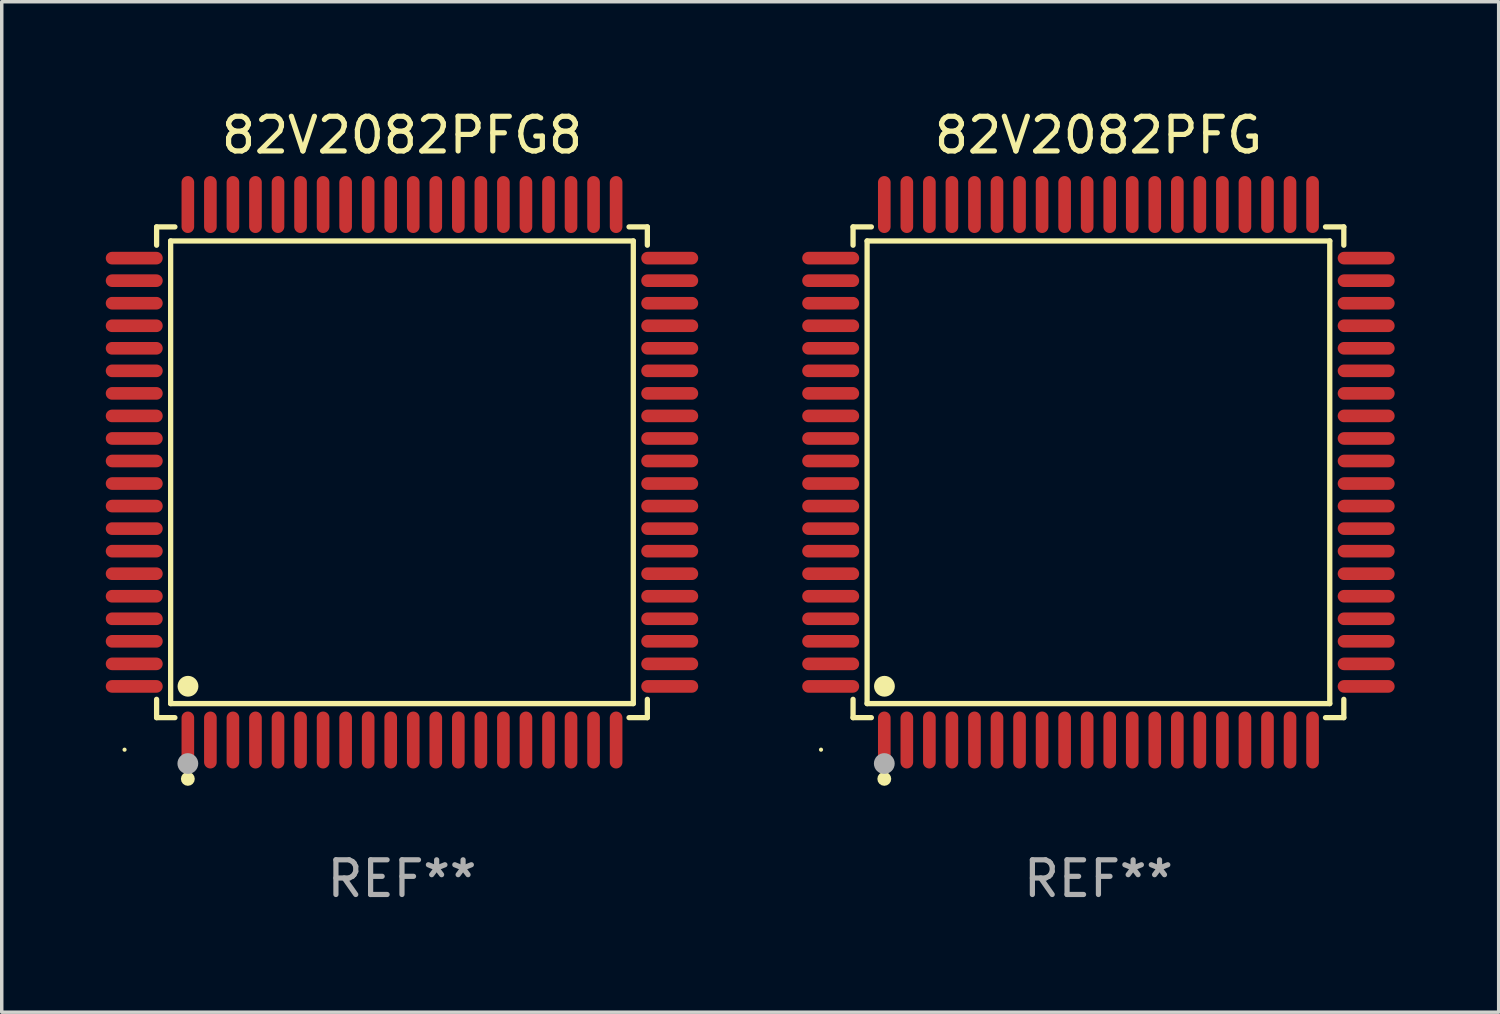
<source format=kicad_pcb>
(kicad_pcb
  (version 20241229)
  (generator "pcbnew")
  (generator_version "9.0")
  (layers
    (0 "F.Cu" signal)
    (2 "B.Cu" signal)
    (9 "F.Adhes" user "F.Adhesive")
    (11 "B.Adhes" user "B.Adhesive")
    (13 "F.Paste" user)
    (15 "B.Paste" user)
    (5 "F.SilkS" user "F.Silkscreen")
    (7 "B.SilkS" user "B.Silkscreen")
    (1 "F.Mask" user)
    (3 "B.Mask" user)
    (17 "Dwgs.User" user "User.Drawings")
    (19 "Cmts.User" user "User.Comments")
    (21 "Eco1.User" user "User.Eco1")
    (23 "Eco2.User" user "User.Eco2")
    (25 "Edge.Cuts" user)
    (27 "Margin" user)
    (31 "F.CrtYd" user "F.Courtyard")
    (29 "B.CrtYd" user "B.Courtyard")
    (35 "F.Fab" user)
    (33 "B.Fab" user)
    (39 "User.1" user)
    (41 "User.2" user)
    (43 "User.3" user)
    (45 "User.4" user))
  (footprint "82V2082PFG"
    (layer "F.Cu")
    (at 28.626 10.569)
    (property "Reference" "82V2082PFG" (at 0 -9.721 0) (layer "F.SilkS") (effects (font (size 1 1) (thickness 0.15))))
    (attr through_hole)
    (fp_line (start -7.076 -7.076) (end -6.548 -7.076) (stroke (width 0.152) (type solid)) (layer "F.SilkS"))
    (fp_line (start -7.076 -6.548) (end -7.076 -7.076) (stroke (width 0.152) (type solid)) (layer "F.SilkS"))
    (fp_line (start -7.076 6.548) (end -7.076 7.076) (stroke (width 0.152) (type solid)) (layer "F.SilkS"))
    (fp_line (start -7.076 7.076) (end -6.548 7.076) (stroke (width 0.152) (type solid)) (layer "F.SilkS"))
    (fp_line (start -6.671 -6.671) (end 6.671 -6.671) (stroke (width 0.152) (type solid)) (layer "F.SilkS"))
    (fp_line (start -6.671 6.671) (end -6.671 -6.671) (stroke (width 0.152) (type solid)) (layer "F.SilkS"))
    (fp_line (start 6.671 -6.671) (end 6.671 6.671) (stroke (width 0.152) (type solid)) (layer "F.SilkS"))
    (fp_line (start 6.671 6.671) (end -6.671 6.671) (stroke (width 0.152) (type solid)) (layer "F.SilkS"))
    (fp_line (start 7.076 -7.076) (end 6.548 -7.076) (stroke (width 0.152) (type solid)) (layer "F.SilkS"))
    (fp_line (start 7.076 -6.548) (end 7.076 -7.076) (stroke (width 0.152) (type solid)) (layer "F.SilkS"))
    (fp_line (start 7.076 6.548) (end 7.076 7.076) (stroke (width 0.152) (type solid)) (layer "F.SilkS"))
    (fp_line (start 7.076 7.076) (end 6.548 7.076) (stroke (width 0.152) (type solid)) (layer "F.SilkS"))
    (fp_circle (center -8 8) (end -7.97 8) (stroke (width 0.06) (type solid)) (fill no) (layer "F.SilkS"))
    (fp_circle (center -6.175 8.842) (end -6.075 8.842) (stroke (width 0.2) (type solid)) (fill no) (layer "F.SilkS"))
    (fp_circle (center -6.171 6.171) (end -6.021 6.171) (stroke (width 0.3) (type solid)) (fill no) (layer "F.SilkS"))
    (fp_circle (center -6.175 8.4) (end -6.025 8.4) (stroke (width 0.3) (type solid)) (fill no) (layer "F.Fab"))
    (fp_text user "REF**" (at 0 11.721 0) (layer "F.Fab") (effects (font (size 1 1) (thickness 0.15))))
    (pad "1" smd oval (at -6.175 7.721) (size 0.364 1.642) (layers "F.Cu" "F.Mask" "F.Paste"))
    (pad "2" smd oval (at -5.525 7.721) (size 0.364 1.642) (layers "F.Cu" "F.Mask" "F.Paste"))
    (pad "3" smd oval (at -4.875 7.721) (size 0.364 1.642) (layers "F.Cu" "F.Mask" "F.Paste"))
    (pad "4" smd oval (at -4.225 7.721) (size 0.364 1.642) (layers "F.Cu" "F.Mask" "F.Paste"))
    (pad "5" smd oval (at -3.575 7.721) (size 0.364 1.642) (layers "F.Cu" "F.Mask" "F.Paste"))
    (pad "6" smd oval (at -2.925 7.721) (size 0.364 1.642) (layers "F.Cu" "F.Mask" "F.Paste"))
    (pad "7" smd oval (at -2.275 7.721) (size 0.364 1.642) (layers "F.Cu" "F.Mask" "F.Paste"))
    (pad "8" smd oval (at -1.625 7.721) (size 0.364 1.642) (layers "F.Cu" "F.Mask" "F.Paste"))
    (pad "9" smd oval (at -0.975 7.721) (size 0.364 1.642) (layers "F.Cu" "F.Mask" "F.Paste"))
    (pad "10" smd oval (at -0.325 7.721) (size 0.364 1.642) (layers "F.Cu" "F.Mask" "F.Paste"))
    (pad "11" smd oval (at 0.325 7.721) (size 0.364 1.642) (layers "F.Cu" "F.Mask" "F.Paste"))
    (pad "12" smd oval (at 0.975 7.721) (size 0.364 1.642) (layers "F.Cu" "F.Mask" "F.Paste"))
    (pad "13" smd oval (at 1.625 7.721) (size 0.364 1.642) (layers "F.Cu" "F.Mask" "F.Paste"))
    (pad "14" smd oval (at 2.275 7.721) (size 0.364 1.642) (layers "F.Cu" "F.Mask" "F.Paste"))
    (pad "15" smd oval (at 2.925 7.721) (size 0.364 1.642) (layers "F.Cu" "F.Mask" "F.Paste"))
    (pad "16" smd oval (at 3.575 7.721) (size 0.364 1.642) (layers "F.Cu" "F.Mask" "F.Paste"))
    (pad "17" smd oval (at 4.225 7.721) (size 0.364 1.642) (layers "F.Cu" "F.Mask" "F.Paste"))
    (pad "18" smd oval (at 4.875 7.721) (size 0.364 1.642) (layers "F.Cu" "F.Mask" "F.Paste"))
    (pad "19" smd oval (at 5.525 7.721) (size 0.364 1.642) (layers "F.Cu" "F.Mask" "F.Paste"))
    (pad "20" smd oval (at 6.175 7.721) (size 0.364 1.642) (layers "F.Cu" "F.Mask" "F.Paste"))
    (pad "21" smd oval (at 7.721 6.175) (size 1.642 0.364) (layers "F.Cu" "F.Mask" "F.Paste"))
    (pad "22" smd oval (at 7.721 5.525) (size 1.642 0.364) (layers "F.Cu" "F.Mask" "F.Paste"))
    (pad "23" smd oval (at 7.721 4.875) (size 1.642 0.364) (layers "F.Cu" "F.Mask" "F.Paste"))
    (pad "24" smd oval (at 7.721 4.225) (size 1.642 0.364) (layers "F.Cu" "F.Mask" "F.Paste"))
    (pad "25" smd oval (at 7.721 3.575) (size 1.642 0.364) (layers "F.Cu" "F.Mask" "F.Paste"))
    (pad "26" smd oval (at 7.721 2.925) (size 1.642 0.364) (layers "F.Cu" "F.Mask" "F.Paste"))
    (pad "27" smd oval (at 7.721 2.275) (size 1.642 0.364) (layers "F.Cu" "F.Mask" "F.Paste"))
    (pad "28" smd oval (at 7.721 1.625) (size 1.642 0.364) (layers "F.Cu" "F.Mask" "F.Paste"))
    (pad "29" smd oval (at 7.721 0.975) (size 1.642 0.364) (layers "F.Cu" "F.Mask" "F.Paste"))
    (pad "30" smd oval (at 7.721 0.325) (size 1.642 0.364) (layers "F.Cu" "F.Mask" "F.Paste"))
    (pad "31" smd oval (at 7.721 -0.325) (size 1.642 0.364) (layers "F.Cu" "F.Mask" "F.Paste"))
    (pad "32" smd oval (at 7.721 -0.975) (size 1.642 0.364) (layers "F.Cu" "F.Mask" "F.Paste"))
    (pad "33" smd oval (at 7.721 -1.625) (size 1.642 0.364) (layers "F.Cu" "F.Mask" "F.Paste"))
    (pad "34" smd oval (at 7.721 -2.275) (size 1.642 0.364) (layers "F.Cu" "F.Mask" "F.Paste"))
    (pad "35" smd oval (at 7.721 -2.925) (size 1.642 0.364) (layers "F.Cu" "F.Mask" "F.Paste"))
    (pad "36" smd oval (at 7.721 -3.575) (size 1.642 0.364) (layers "F.Cu" "F.Mask" "F.Paste"))
    (pad "37" smd oval (at 7.721 -4.225) (size 1.642 0.364) (layers "F.Cu" "F.Mask" "F.Paste"))
    (pad "38" smd oval (at 7.721 -4.875) (size 1.642 0.364) (layers "F.Cu" "F.Mask" "F.Paste"))
    (pad "39" smd oval (at 7.721 -5.525) (size 1.642 0.364) (layers "F.Cu" "F.Mask" "F.Paste"))
    (pad "40" smd oval (at 7.721 -6.175) (size 1.642 0.364) (layers "F.Cu" "F.Mask" "F.Paste"))
    (pad "41" smd oval (at 6.175 -7.721) (size 0.364 1.642) (layers "F.Cu" "F.Mask" "F.Paste"))
    (pad "42" smd oval (at 5.525 -7.721) (size 0.364 1.642) (layers "F.Cu" "F.Mask" "F.Paste"))
    (pad "43" smd oval (at 4.875 -7.721) (size 0.364 1.642) (layers "F.Cu" "F.Mask" "F.Paste"))
    (pad "44" smd oval (at 4.225 -7.721) (size 0.364 1.642) (layers "F.Cu" "F.Mask" "F.Paste"))
    (pad "45" smd oval (at 3.575 -7.721) (size 0.364 1.642) (layers "F.Cu" "F.Mask" "F.Paste"))
    (pad "46" smd oval (at 2.925 -7.721) (size 0.364 1.642) (layers "F.Cu" "F.Mask" "F.Paste"))
    (pad "47" smd oval (at 2.275 -7.721) (size 0.364 1.642) (layers "F.Cu" "F.Mask" "F.Paste"))
    (pad "48" smd oval (at 1.625 -7.721) (size 0.364 1.642) (layers "F.Cu" "F.Mask" "F.Paste"))
    (pad "49" smd oval (at 0.975 -7.721) (size 0.364 1.642) (layers "F.Cu" "F.Mask" "F.Paste"))
    (pad "50" smd oval (at 0.325 -7.721) (size 0.364 1.642) (layers "F.Cu" "F.Mask" "F.Paste"))
    (pad "51" smd oval (at -0.325 -7.721) (size 0.364 1.642) (layers "F.Cu" "F.Mask" "F.Paste"))
    (pad "52" smd oval (at -0.975 -7.721) (size 0.364 1.642) (layers "F.Cu" "F.Mask" "F.Paste"))
    (pad "53" smd oval (at -1.625 -7.721) (size 0.364 1.642) (layers "F.Cu" "F.Mask" "F.Paste"))
    (pad "54" smd oval (at -2.275 -7.721) (size 0.364 1.642) (layers "F.Cu" "F.Mask" "F.Paste"))
    (pad "55" smd oval (at -2.925 -7.721) (size 0.364 1.642) (layers "F.Cu" "F.Mask" "F.Paste"))
    (pad "56" smd oval (at -3.575 -7.721) (size 0.364 1.642) (layers "F.Cu" "F.Mask" "F.Paste"))
    (pad "57" smd oval (at -4.225 -7.721) (size 0.364 1.642) (layers "F.Cu" "F.Mask" "F.Paste"))
    (pad "58" smd oval (at -4.875 -7.721) (size 0.364 1.642) (layers "F.Cu" "F.Mask" "F.Paste"))
    (pad "59" smd oval (at -5.525 -7.721) (size 0.364 1.642) (layers "F.Cu" "F.Mask" "F.Paste"))
    (pad "60" smd oval (at -6.175 -7.721) (size 0.364 1.642) (layers "F.Cu" "F.Mask" "F.Paste"))
    (pad "61" smd oval (at -7.721 -6.175) (size 1.642 0.364) (layers "F.Cu" "F.Mask" "F.Paste"))
    (pad "62" smd oval (at -7.721 -5.525) (size 1.642 0.364) (layers "F.Cu" "F.Mask" "F.Paste"))
    (pad "63" smd oval (at -7.721 -4.875) (size 1.642 0.364) (layers "F.Cu" "F.Mask" "F.Paste"))
    (pad "64" smd oval (at -7.721 -4.225) (size 1.642 0.364) (layers "F.Cu" "F.Mask" "F.Paste"))
    (pad "65" smd oval (at -7.721 -3.575) (size 1.642 0.364) (layers "F.Cu" "F.Mask" "F.Paste"))
    (pad "66" smd oval (at -7.721 -2.925) (size 1.642 0.364) (layers "F.Cu" "F.Mask" "F.Paste"))
    (pad "67" smd oval (at -7.721 -2.275) (size 1.642 0.364) (layers "F.Cu" "F.Mask" "F.Paste"))
    (pad "68" smd oval (at -7.721 -1.625) (size 1.642 0.364) (layers "F.Cu" "F.Mask" "F.Paste"))
    (pad "69" smd oval (at -7.721 -0.975) (size 1.642 0.364) (layers "F.Cu" "F.Mask" "F.Paste"))
    (pad "70" smd oval (at -7.721 -0.325) (size 1.642 0.364) (layers "F.Cu" "F.Mask" "F.Paste"))
    (pad "71" smd oval (at -7.721 0.325) (size 1.642 0.364) (layers "F.Cu" "F.Mask" "F.Paste"))
    (pad "72" smd oval (at -7.721 0.975) (size 1.642 0.364) (layers "F.Cu" "F.Mask" "F.Paste"))
    (pad "73" smd oval (at -7.721 1.625) (size 1.642 0.364) (layers "F.Cu" "F.Mask" "F.Paste"))
    (pad "74" smd oval (at -7.721 2.275) (size 1.642 0.364) (layers "F.Cu" "F.Mask" "F.Paste"))
    (pad "75" smd oval (at -7.721 2.925) (size 1.642 0.364) (layers "F.Cu" "F.Mask" "F.Paste"))
    (pad "76" smd oval (at -7.721 3.575) (size 1.642 0.364) (layers "F.Cu" "F.Mask" "F.Paste"))
    (pad "77" smd oval (at -7.721 4.225) (size 1.642 0.364) (layers "F.Cu" "F.Mask" "F.Paste"))
    (pad "78" smd oval (at -7.721 4.875) (size 1.642 0.364) (layers "F.Cu" "F.Mask" "F.Paste"))
    (pad "79" smd oval (at -7.721 5.525) (size 1.642 0.364) (layers "F.Cu" "F.Mask" "F.Paste"))
    (pad "80" smd oval (at -7.721 6.175) (size 1.642 0.364) (layers "F.Cu" "F.Mask" "F.Paste")))
  (footprint "82V2082PFG8"
    (layer "F.Cu")
    (at 8.542 10.569)
    (property "Reference" "82V2082PFG8" (at 0 -9.721 0) (layer "F.SilkS") (effects (font (size 1 1) (thickness 0.15))))
    (attr through_hole)
    (fp_line (start -7.076 -7.076) (end -6.548 -7.076) (stroke (width 0.152) (type solid)) (layer "F.SilkS"))
    (fp_line (start -7.076 -6.548) (end -7.076 -7.076) (stroke (width 0.152) (type solid)) (layer "F.SilkS"))
    (fp_line (start -7.076 6.548) (end -7.076 7.076) (stroke (width 0.152) (type solid)) (layer "F.SilkS"))
    (fp_line (start -7.076 7.076) (end -6.548 7.076) (stroke (width 0.152) (type solid)) (layer "F.SilkS"))
    (fp_line (start -6.671 -6.671) (end 6.671 -6.671) (stroke (width 0.152) (type solid)) (layer "F.SilkS"))
    (fp_line (start -6.671 6.671) (end -6.671 -6.671) (stroke (width 0.152) (type solid)) (layer "F.SilkS"))
    (fp_line (start 6.671 -6.671) (end 6.671 6.671) (stroke (width 0.152) (type solid)) (layer "F.SilkS"))
    (fp_line (start 6.671 6.671) (end -6.671 6.671) (stroke (width 0.152) (type solid)) (layer "F.SilkS"))
    (fp_line (start 7.076 -7.076) (end 6.548 -7.076) (stroke (width 0.152) (type solid)) (layer "F.SilkS"))
    (fp_line (start 7.076 -6.548) (end 7.076 -7.076) (stroke (width 0.152) (type solid)) (layer "F.SilkS"))
    (fp_line (start 7.076 6.548) (end 7.076 7.076) (stroke (width 0.152) (type solid)) (layer "F.SilkS"))
    (fp_line (start 7.076 7.076) (end 6.548 7.076) (stroke (width 0.152) (type solid)) (layer "F.SilkS"))
    (fp_circle (center -8 8) (end -7.97 8) (stroke (width 0.06) (type solid)) (fill no) (layer "F.SilkS"))
    (fp_circle (center -6.175 8.842) (end -6.075 8.842) (stroke (width 0.2) (type solid)) (fill no) (layer "F.SilkS"))
    (fp_circle (center -6.171 6.171) (end -6.021 6.171) (stroke (width 0.3) (type solid)) (fill no) (layer "F.SilkS"))
    (fp_circle (center -6.175 8.4) (end -6.025 8.4) (stroke (width 0.3) (type solid)) (fill no) (layer "F.Fab"))
    (fp_text user "REF**" (at 0 11.721 0) (layer "F.Fab") (effects (font (size 1 1) (thickness 0.15))))
    (pad "1" smd oval (at -6.175 7.721) (size 0.364 1.642) (layers "F.Cu" "F.Mask" "F.Paste"))
    (pad "2" smd oval (at -5.525 7.721) (size 0.364 1.642) (layers "F.Cu" "F.Mask" "F.Paste"))
    (pad "3" smd oval (at -4.875 7.721) (size 0.364 1.642) (layers "F.Cu" "F.Mask" "F.Paste"))
    (pad "4" smd oval (at -4.225 7.721) (size 0.364 1.642) (layers "F.Cu" "F.Mask" "F.Paste"))
    (pad "5" smd oval (at -3.575 7.721) (size 0.364 1.642) (layers "F.Cu" "F.Mask" "F.Paste"))
    (pad "6" smd oval (at -2.925 7.721) (size 0.364 1.642) (layers "F.Cu" "F.Mask" "F.Paste"))
    (pad "7" smd oval (at -2.275 7.721) (size 0.364 1.642) (layers "F.Cu" "F.Mask" "F.Paste"))
    (pad "8" smd oval (at -1.625 7.721) (size 0.364 1.642) (layers "F.Cu" "F.Mask" "F.Paste"))
    (pad "9" smd oval (at -0.975 7.721) (size 0.364 1.642) (layers "F.Cu" "F.Mask" "F.Paste"))
    (pad "10" smd oval (at -0.325 7.721) (size 0.364 1.642) (layers "F.Cu" "F.Mask" "F.Paste"))
    (pad "11" smd oval (at 0.325 7.721) (size 0.364 1.642) (layers "F.Cu" "F.Mask" "F.Paste"))
    (pad "12" smd oval (at 0.975 7.721) (size 0.364 1.642) (layers "F.Cu" "F.Mask" "F.Paste"))
    (pad "13" smd oval (at 1.625 7.721) (size 0.364 1.642) (layers "F.Cu" "F.Mask" "F.Paste"))
    (pad "14" smd oval (at 2.275 7.721) (size 0.364 1.642) (layers "F.Cu" "F.Mask" "F.Paste"))
    (pad "15" smd oval (at 2.925 7.721) (size 0.364 1.642) (layers "F.Cu" "F.Mask" "F.Paste"))
    (pad "16" smd oval (at 3.575 7.721) (size 0.364 1.642) (layers "F.Cu" "F.Mask" "F.Paste"))
    (pad "17" smd oval (at 4.225 7.721) (size 0.364 1.642) (layers "F.Cu" "F.Mask" "F.Paste"))
    (pad "18" smd oval (at 4.875 7.721) (size 0.364 1.642) (layers "F.Cu" "F.Mask" "F.Paste"))
    (pad "19" smd oval (at 5.525 7.721) (size 0.364 1.642) (layers "F.Cu" "F.Mask" "F.Paste"))
    (pad "20" smd oval (at 6.175 7.721) (size 0.364 1.642) (layers "F.Cu" "F.Mask" "F.Paste"))
    (pad "21" smd oval (at 7.721 6.175) (size 1.642 0.364) (layers "F.Cu" "F.Mask" "F.Paste"))
    (pad "22" smd oval (at 7.721 5.525) (size 1.642 0.364) (layers "F.Cu" "F.Mask" "F.Paste"))
    (pad "23" smd oval (at 7.721 4.875) (size 1.642 0.364) (layers "F.Cu" "F.Mask" "F.Paste"))
    (pad "24" smd oval (at 7.721 4.225) (size 1.642 0.364) (layers "F.Cu" "F.Mask" "F.Paste"))
    (pad "25" smd oval (at 7.721 3.575) (size 1.642 0.364) (layers "F.Cu" "F.Mask" "F.Paste"))
    (pad "26" smd oval (at 7.721 2.925) (size 1.642 0.364) (layers "F.Cu" "F.Mask" "F.Paste"))
    (pad "27" smd oval (at 7.721 2.275) (size 1.642 0.364) (layers "F.Cu" "F.Mask" "F.Paste"))
    (pad "28" smd oval (at 7.721 1.625) (size 1.642 0.364) (layers "F.Cu" "F.Mask" "F.Paste"))
    (pad "29" smd oval (at 7.721 0.975) (size 1.642 0.364) (layers "F.Cu" "F.Mask" "F.Paste"))
    (pad "30" smd oval (at 7.721 0.325) (size 1.642 0.364) (layers "F.Cu" "F.Mask" "F.Paste"))
    (pad "31" smd oval (at 7.721 -0.325) (size 1.642 0.364) (layers "F.Cu" "F.Mask" "F.Paste"))
    (pad "32" smd oval (at 7.721 -0.975) (size 1.642 0.364) (layers "F.Cu" "F.Mask" "F.Paste"))
    (pad "33" smd oval (at 7.721 -1.625) (size 1.642 0.364) (layers "F.Cu" "F.Mask" "F.Paste"))
    (pad "34" smd oval (at 7.721 -2.275) (size 1.642 0.364) (layers "F.Cu" "F.Mask" "F.Paste"))
    (pad "35" smd oval (at 7.721 -2.925) (size 1.642 0.364) (layers "F.Cu" "F.Mask" "F.Paste"))
    (pad "36" smd oval (at 7.721 -3.575) (size 1.642 0.364) (layers "F.Cu" "F.Mask" "F.Paste"))
    (pad "37" smd oval (at 7.721 -4.225) (size 1.642 0.364) (layers "F.Cu" "F.Mask" "F.Paste"))
    (pad "38" smd oval (at 7.721 -4.875) (size 1.642 0.364) (layers "F.Cu" "F.Mask" "F.Paste"))
    (pad "39" smd oval (at 7.721 -5.525) (size 1.642 0.364) (layers "F.Cu" "F.Mask" "F.Paste"))
    (pad "40" smd oval (at 7.721 -6.175) (size 1.642 0.364) (layers "F.Cu" "F.Mask" "F.Paste"))
    (pad "41" smd oval (at 6.175 -7.721) (size 0.364 1.642) (layers "F.Cu" "F.Mask" "F.Paste"))
    (pad "42" smd oval (at 5.525 -7.721) (size 0.364 1.642) (layers "F.Cu" "F.Mask" "F.Paste"))
    (pad "43" smd oval (at 4.875 -7.721) (size 0.364 1.642) (layers "F.Cu" "F.Mask" "F.Paste"))
    (pad "44" smd oval (at 4.225 -7.721) (size 0.364 1.642) (layers "F.Cu" "F.Mask" "F.Paste"))
    (pad "45" smd oval (at 3.575 -7.721) (size 0.364 1.642) (layers "F.Cu" "F.Mask" "F.Paste"))
    (pad "46" smd oval (at 2.925 -7.721) (size 0.364 1.642) (layers "F.Cu" "F.Mask" "F.Paste"))
    (pad "47" smd oval (at 2.275 -7.721) (size 0.364 1.642) (layers "F.Cu" "F.Mask" "F.Paste"))
    (pad "48" smd oval (at 1.625 -7.721) (size 0.364 1.642) (layers "F.Cu" "F.Mask" "F.Paste"))
    (pad "49" smd oval (at 0.975 -7.721) (size 0.364 1.642) (layers "F.Cu" "F.Mask" "F.Paste"))
    (pad "50" smd oval (at 0.325 -7.721) (size 0.364 1.642) (layers "F.Cu" "F.Mask" "F.Paste"))
    (pad "51" smd oval (at -0.325 -7.721) (size 0.364 1.642) (layers "F.Cu" "F.Mask" "F.Paste"))
    (pad "52" smd oval (at -0.975 -7.721) (size 0.364 1.642) (layers "F.Cu" "F.Mask" "F.Paste"))
    (pad "53" smd oval (at -1.625 -7.721) (size 0.364 1.642) (layers "F.Cu" "F.Mask" "F.Paste"))
    (pad "54" smd oval (at -2.275 -7.721) (size 0.364 1.642) (layers "F.Cu" "F.Mask" "F.Paste"))
    (pad "55" smd oval (at -2.925 -7.721) (size 0.364 1.642) (layers "F.Cu" "F.Mask" "F.Paste"))
    (pad "56" smd oval (at -3.575 -7.721) (size 0.364 1.642) (layers "F.Cu" "F.Mask" "F.Paste"))
    (pad "57" smd oval (at -4.225 -7.721) (size 0.364 1.642) (layers "F.Cu" "F.Mask" "F.Paste"))
    (pad "58" smd oval (at -4.875 -7.721) (size 0.364 1.642) (layers "F.Cu" "F.Mask" "F.Paste"))
    (pad "59" smd oval (at -5.525 -7.721) (size 0.364 1.642) (layers "F.Cu" "F.Mask" "F.Paste"))
    (pad "60" smd oval (at -6.175 -7.721) (size 0.364 1.642) (layers "F.Cu" "F.Mask" "F.Paste"))
    (pad "61" smd oval (at -7.721 -6.175) (size 1.642 0.364) (layers "F.Cu" "F.Mask" "F.Paste"))
    (pad "62" smd oval (at -7.721 -5.525) (size 1.642 0.364) (layers "F.Cu" "F.Mask" "F.Paste"))
    (pad "63" smd oval (at -7.721 -4.875) (size 1.642 0.364) (layers "F.Cu" "F.Mask" "F.Paste"))
    (pad "64" smd oval (at -7.721 -4.225) (size 1.642 0.364) (layers "F.Cu" "F.Mask" "F.Paste"))
    (pad "65" smd oval (at -7.721 -3.575) (size 1.642 0.364) (layers "F.Cu" "F.Mask" "F.Paste"))
    (pad "66" smd oval (at -7.721 -2.925) (size 1.642 0.364) (layers "F.Cu" "F.Mask" "F.Paste"))
    (pad "67" smd oval (at -7.721 -2.275) (size 1.642 0.364) (layers "F.Cu" "F.Mask" "F.Paste"))
    (pad "68" smd oval (at -7.721 -1.625) (size 1.642 0.364) (layers "F.Cu" "F.Mask" "F.Paste"))
    (pad "69" smd oval (at -7.721 -0.975) (size 1.642 0.364) (layers "F.Cu" "F.Mask" "F.Paste"))
    (pad "70" smd oval (at -7.721 -0.325) (size 1.642 0.364) (layers "F.Cu" "F.Mask" "F.Paste"))
    (pad "71" smd oval (at -7.721 0.325) (size 1.642 0.364) (layers "F.Cu" "F.Mask" "F.Paste"))
    (pad "72" smd oval (at -7.721 0.975) (size 1.642 0.364) (layers "F.Cu" "F.Mask" "F.Paste"))
    (pad "73" smd oval (at -7.721 1.625) (size 1.642 0.364) (layers "F.Cu" "F.Mask" "F.Paste"))
    (pad "74" smd oval (at -7.721 2.275) (size 1.642 0.364) (layers "F.Cu" "F.Mask" "F.Paste"))
    (pad "75" smd oval (at -7.721 2.925) (size 1.642 0.364) (layers "F.Cu" "F.Mask" "F.Paste"))
    (pad "76" smd oval (at -7.721 3.575) (size 1.642 0.364) (layers "F.Cu" "F.Mask" "F.Paste"))
    (pad "77" smd oval (at -7.721 4.225) (size 1.642 0.364) (layers "F.Cu" "F.Mask" "F.Paste"))
    (pad "78" smd oval (at -7.721 4.875) (size 1.642 0.364) (layers "F.Cu" "F.Mask" "F.Paste"))
    (pad "79" smd oval (at -7.721 5.525) (size 1.642 0.364) (layers "F.Cu" "F.Mask" "F.Paste"))
    (pad "80" smd oval (at -7.721 6.175) (size 1.642 0.364) (layers "F.Cu" "F.Mask" "F.Paste")))
  (gr_rect
    (start -3 -3)
    (end 40.168 26.139)
    (stroke (width 0.1) (type default))
    (fill no)
    (layer "Edge.Cuts")))
</source>
